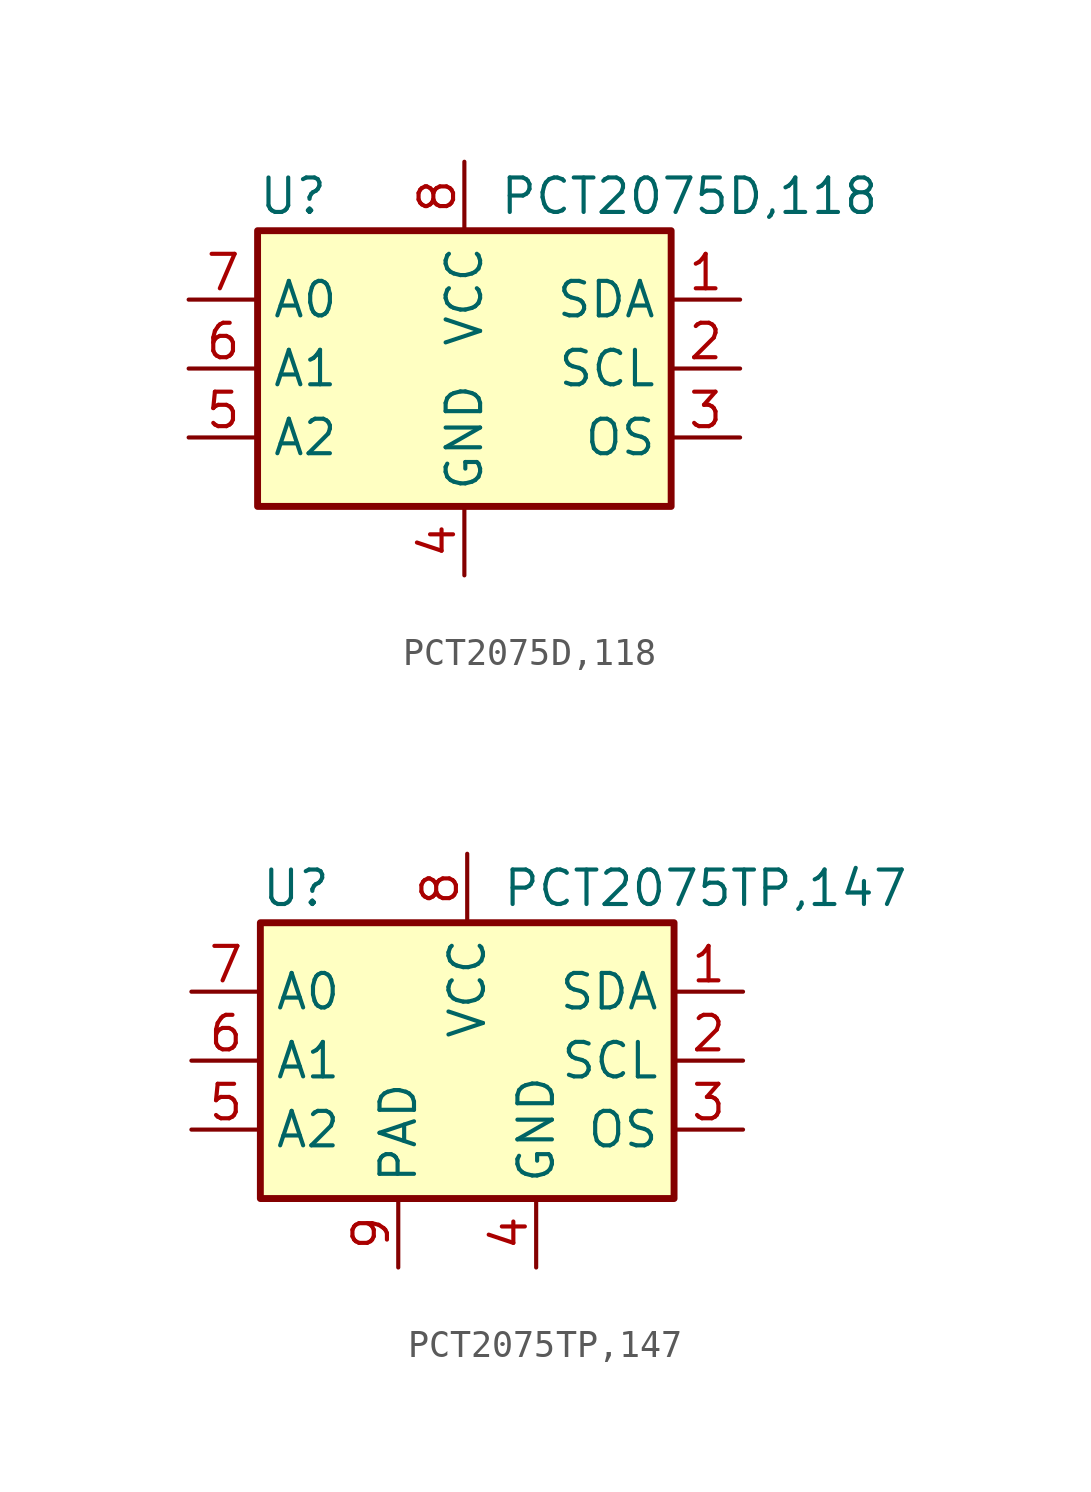
<source format=kicad_sym>
(kicad_symbol_lib
  (version 20220914)
  (generator kicad_symbol_editor)
  (symbol "PCT2075D,118"
    (property "Reference" "U"
      (at -7.62 6.35 0)
      (effects (font (size 1.27 1.27)) (justify left)))
    (property "Value" "PCT2075D,118"
      (at 1.27 6.35 0)
      (effects (font (size 1.27 1.27)) (justify left)))
    (symbol "PCT2075D,118_0_1"
      (rectangle (start -7.62 5.08) (end 7.62 -5.08) (stroke (width 0.254) (type default)) (fill (type background))))
    (symbol "PCT2075D,118_1_1"
      (pin bidirectional line (at 10.16 2.54 180) (length 2.54) (name "SDA" (effects (font (size 1.27 1.27)))) (number "1" (effects (font (size 1.27 1.27)))))
      (pin input line (at 10.16 0 180) (length 2.54) (name "SCL" (effects (font (size 1.27 1.27)))) (number "2" (effects (font (size 1.27 1.27)))))
      (pin open_collector line (at 10.16 -2.54 180) (length 2.54) (name "OS" (effects (font (size 1.27 1.27)))) (number "3" (effects (font (size 1.27 1.27)))))
      (pin power_in line (at 0 -7.62 90) (length 2.54) (name "GND" (effects (font (size 1.27 1.27)))) (number "4" (effects (font (size 1.27 1.27)))))
      (pin input line (at -10.16 -2.54 0) (length 2.54) (name "A2" (effects (font (size 1.27 1.27)))) (number "5" (effects (font (size 1.27 1.27)))))
      (pin input line (at -10.16 0 0) (length 2.54) (name "A1" (effects (font (size 1.27 1.27)))) (number "6" (effects (font (size 1.27 1.27)))))
      (pin input line (at -10.16 2.54 0) (length 2.54) (name "A0" (effects (font (size 1.27 1.27)))) (number "7" (effects (font (size 1.27 1.27)))))
      (pin power_in line (at 0 7.62 270) (length 2.54) (name "VCC" (effects (font (size 1.27 1.27)))) (number "8" (effects (font (size 1.27 1.27)))))))
  (symbol "PCT2075TP,147"
    (property "Reference" "U"
      (at -7.62 6.35 0)
      (effects (font (size 1.27 1.27)) (justify left)))
    (property "Value" "PCT2075TP,147"
      (at 1.27 6.35 0)
      (effects (font (size 1.27 1.27)) (justify left)))
    (symbol "PCT2075TP,147_0_1"
      (rectangle (start -7.62 5.08) (end 7.62 -5.08) (stroke (width 0.254) (type default)) (fill (type background))))
    (symbol "PCT2075TP,147_1_1"
      (pin bidirectional line (at 10.16 2.54 180) (length 2.54) (name "SDA" (effects (font (size 1.27 1.27)))) (number "1" (effects (font (size 1.27 1.27)))))
      (pin input line (at 10.16 0 180) (length 2.54) (name "SCL" (effects (font (size 1.27 1.27)))) (number "2" (effects (font (size 1.27 1.27)))))
      (pin open_collector line (at 10.16 -2.54 180) (length 2.54) (name "OS" (effects (font (size 1.27 1.27)))) (number "3" (effects (font (size 1.27 1.27)))))
      (pin power_in line (at 2.54 -7.62 90) (length 2.54) (name "GND" (effects (font (size 1.27 1.27)))) (number "4" (effects (font (size 1.27 1.27)))))
      (pin input line (at -10.16 -2.54 0) (length 2.54) (name "A2" (effects (font (size 1.27 1.27)))) (number "5" (effects (font (size 1.27 1.27)))))
      (pin input line (at -10.16 0 0) (length 2.54) (name "A1" (effects (font (size 1.27 1.27)))) (number "6" (effects (font (size 1.27 1.27)))))
      (pin input line (at -10.16 2.54 0) (length 2.54) (name "A0" (effects (font (size 1.27 1.27)))) (number "7" (effects (font (size 1.27 1.27)))))
      (pin power_in line (at 0 7.62 270) (length 2.54) (name "VCC" (effects (font (size 1.27 1.27)))) (number "8" (effects (font (size 1.27 1.27)))))
      (pin power_in line (at -2.54 -7.62 90) (length 2.54) (name "PAD" (effects (font (size 1.27 1.27)))) (number "9" (effects (font (size 1.27 1.27))))))))
</source>
